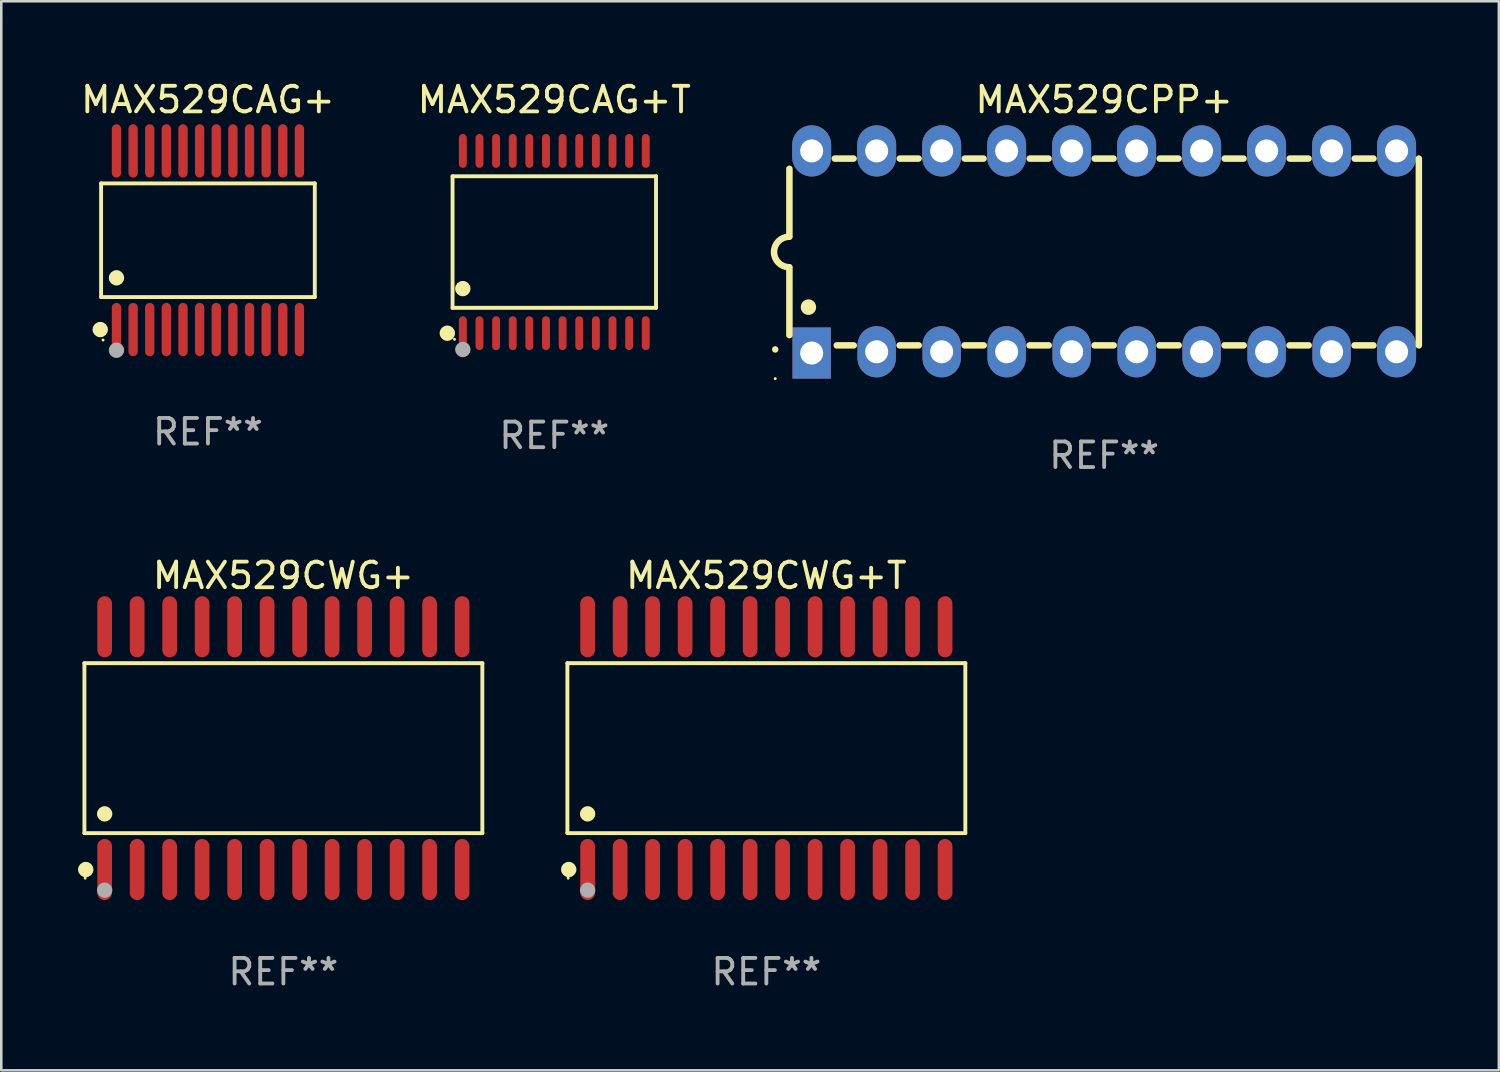
<source format=kicad_pcb>
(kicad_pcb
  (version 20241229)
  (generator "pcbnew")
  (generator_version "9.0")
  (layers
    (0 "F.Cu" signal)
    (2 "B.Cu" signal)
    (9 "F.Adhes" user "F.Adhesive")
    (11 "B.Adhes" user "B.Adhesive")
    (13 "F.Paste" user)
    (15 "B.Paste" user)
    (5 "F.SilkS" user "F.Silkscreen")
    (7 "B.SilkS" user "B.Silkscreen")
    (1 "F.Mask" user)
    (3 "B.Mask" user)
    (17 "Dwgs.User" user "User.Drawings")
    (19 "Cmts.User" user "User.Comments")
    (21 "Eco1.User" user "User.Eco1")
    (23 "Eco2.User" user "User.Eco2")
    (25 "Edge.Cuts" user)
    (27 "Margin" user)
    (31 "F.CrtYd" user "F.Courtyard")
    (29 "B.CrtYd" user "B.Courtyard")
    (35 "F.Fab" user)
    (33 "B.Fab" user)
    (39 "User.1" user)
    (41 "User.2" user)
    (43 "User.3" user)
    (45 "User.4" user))
  (footprint "MAX529CWG+T"
    (layer "F.Cu")
    (at 26.901 26.189)
    (property "Reference" "MAX529CWG+T" (at 0 -6.744 0) (layer "F.SilkS") (effects (font (size 1 1) (thickness 0.15))))
    (attr through_hole)
    (fp_line (start -7.776 -3.321) (end 7.776 -3.321) (stroke (width 0.152) (type solid)) (layer "F.SilkS"))
    (fp_line (start -7.776 3.321) (end -7.776 -3.321) (stroke (width 0.152) (type solid)) (layer "F.SilkS"))
    (fp_line (start 7.776 -3.321) (end 7.776 3.321) (stroke (width 0.152) (type solid)) (layer "F.SilkS"))
    (fp_line (start 7.776 3.321) (end -7.776 3.321) (stroke (width 0.152) (type solid)) (layer "F.SilkS"))
    (fp_circle (center -7.747 5.08) (end -7.717 5.08) (stroke (width 0.06) (type solid)) (fill no) (layer "F.SilkS"))
    (fp_circle (center -7.724 4.744) (end -7.574 4.744) (stroke (width 0.3) (type solid)) (fill no) (layer "F.SilkS"))
    (fp_circle (center -6.985 2.569) (end -6.835 2.569) (stroke (width 0.3) (type solid)) (fill no) (layer "F.SilkS"))
    (fp_circle (center -6.985 5.55) (end -6.835 5.55) (stroke (width 0.3) (type solid)) (fill no) (layer "F.Fab"))
    (fp_text user "REF**" (at 0 8.744 0) (layer "F.Fab") (effects (font (size 1 1) (thickness 0.15))))
    (pad "1" smd oval (at -6.985 4.744) (size 0.574 2.388) (layers "F.Cu" "F.Mask" "F.Paste"))
    (pad "2" smd oval (at -5.715 4.744) (size 0.574 2.388) (layers "F.Cu" "F.Mask" "F.Paste"))
    (pad "3" smd oval (at -4.445 4.744) (size 0.574 2.388) (layers "F.Cu" "F.Mask" "F.Paste"))
    (pad "4" smd oval (at -3.175 4.744) (size 0.574 2.388) (layers "F.Cu" "F.Mask" "F.Paste"))
    (pad "5" smd oval (at -1.905 4.744) (size 0.574 2.388) (layers "F.Cu" "F.Mask" "F.Paste"))
    (pad "6" smd oval (at -0.635 4.744) (size 0.574 2.388) (layers "F.Cu" "F.Mask" "F.Paste"))
    (pad "7" smd oval (at 0.635 4.744) (size 0.574 2.388) (layers "F.Cu" "F.Mask" "F.Paste"))
    (pad "8" smd oval (at 1.905 4.744) (size 0.574 2.388) (layers "F.Cu" "F.Mask" "F.Paste"))
    (pad "9" smd oval (at 3.175 4.744) (size 0.574 2.388) (layers "F.Cu" "F.Mask" "F.Paste"))
    (pad "10" smd oval (at 4.445 4.744) (size 0.574 2.388) (layers "F.Cu" "F.Mask" "F.Paste"))
    (pad "11" smd oval (at 5.715 4.744) (size 0.574 2.388) (layers "F.Cu" "F.Mask" "F.Paste"))
    (pad "12" smd oval (at 6.985 4.744) (size 0.574 2.388) (layers "F.Cu" "F.Mask" "F.Paste"))
    (pad "13" smd oval (at 6.985 -4.744) (size 0.574 2.388) (layers "F.Cu" "F.Mask" "F.Paste"))
    (pad "14" smd oval (at 5.715 -4.744) (size 0.574 2.388) (layers "F.Cu" "F.Mask" "F.Paste"))
    (pad "15" smd oval (at 4.445 -4.744) (size 0.574 2.388) (layers "F.Cu" "F.Mask" "F.Paste"))
    (pad "16" smd oval (at 3.175 -4.744) (size 0.574 2.388) (layers "F.Cu" "F.Mask" "F.Paste"))
    (pad "17" smd oval (at 1.905 -4.744) (size 0.574 2.388) (layers "F.Cu" "F.Mask" "F.Paste"))
    (pad "18" smd oval (at 0.635 -4.744) (size 0.574 2.388) (layers "F.Cu" "F.Mask" "F.Paste"))
    (pad "19" smd oval (at -0.635 -4.744) (size 0.574 2.388) (layers "F.Cu" "F.Mask" "F.Paste"))
    (pad "20" smd oval (at -1.905 -4.744) (size 0.574 2.388) (layers "F.Cu" "F.Mask" "F.Paste"))
    (pad "21" smd oval (at -3.175 -4.744) (size 0.574 2.388) (layers "F.Cu" "F.Mask" "F.Paste"))
    (pad "22" smd oval (at -4.445 -4.744) (size 0.574 2.388) (layers "F.Cu" "F.Mask" "F.Paste"))
    (pad "23" smd oval (at -5.715 -4.744) (size 0.574 2.388) (layers "F.Cu" "F.Mask" "F.Paste"))
    (pad "24" smd oval (at -6.985 -4.744) (size 0.574 2.388) (layers "F.Cu" "F.Mask" "F.Paste")))
  (footprint "MAX529CPP+"
    (layer "F.Cu")
    (at 40.102 6.798)
    (property "Reference" "MAX529CPP+" (at 0 -5.95 0) (layer "F.SilkS") (effects (font (size 1 1) (thickness 0.15))))
    (attr through_hole)
    (fp_line (start -12.3 -0.6) (end -12.3 -3.25) (stroke (width 0.254) (type solid)) (layer "F.SilkS"))
    (fp_line (start -12.3 3.25) (end -12.3 0.6) (stroke (width 0.254) (type solid)) (layer "F.SilkS"))
    (fp_line (start -10.527 -3.65) (end -9.793 -3.65) (stroke (width 0.254) (type solid)) (layer "F.SilkS"))
    (fp_line (start -10.449 3.65) (end -9.786 3.65) (stroke (width 0.254) (type solid)) (layer "F.SilkS"))
    (fp_line (start -7.994 3.65) (end -7.246 3.65) (stroke (width 0.254) (type solid)) (layer "F.SilkS"))
    (fp_line (start -7.987 -3.65) (end -7.253 -3.65) (stroke (width 0.254) (type solid)) (layer "F.SilkS"))
    (fp_line (start -5.454 3.65) (end -4.706 3.65) (stroke (width 0.254) (type solid)) (layer "F.SilkS"))
    (fp_line (start -5.447 -3.65) (end -4.713 -3.65) (stroke (width 0.254) (type solid)) (layer "F.SilkS"))
    (fp_line (start -2.914 3.65) (end -2.166 3.65) (stroke (width 0.254) (type solid)) (layer "F.SilkS"))
    (fp_line (start -2.907 -3.65) (end -2.173 -3.65) (stroke (width 0.254) (type solid)) (layer "F.SilkS"))
    (fp_line (start -0.374 3.65) (end 0.374 3.65) (stroke (width 0.254) (type solid)) (layer "F.SilkS"))
    (fp_line (start -0.367 -3.65) (end 0.367 -3.65) (stroke (width 0.254) (type solid)) (layer "F.SilkS"))
    (fp_line (start 2.166 3.65) (end 2.914 3.65) (stroke (width 0.254) (type solid)) (layer "F.SilkS"))
    (fp_line (start 2.173 -3.65) (end 2.907 -3.65) (stroke (width 0.254) (type solid)) (layer "F.SilkS"))
    (fp_line (start 4.706 3.65) (end 5.454 3.65) (stroke (width 0.254) (type solid)) (layer "F.SilkS"))
    (fp_line (start 4.713 -3.65) (end 5.447 -3.65) (stroke (width 0.254) (type solid)) (layer "F.SilkS"))
    (fp_line (start 7.246 3.65) (end 7.994 3.65) (stroke (width 0.254) (type solid)) (layer "F.SilkS"))
    (fp_line (start 7.253 -3.65) (end 7.987 -3.65) (stroke (width 0.254) (type solid)) (layer "F.SilkS"))
    (fp_line (start 9.786 3.65) (end 10.527 3.65) (stroke (width 0.254) (type solid)) (layer "F.SilkS"))
    (fp_line (start 9.793 -3.65) (end 10.527 -3.65) (stroke (width 0.254) (type solid)) (layer "F.SilkS"))
    (fp_line (start 12.3 -3.65) (end 12.3 3.65) (stroke (width 0.254) (type solid)) (layer "F.SilkS"))
    (fp_arc (start -12.854966 3.809881) (mid -12.854973 3.808611) (end -12.854966 3.807341) (stroke (width 0.25) (type solid)) (layer "F.SilkS"))
    (fp_arc (start -12.313894 0.594742) (mid -12.903982 -0.000152) (end -12.313894 -0.595046) (stroke (width 0.254001) (type solid)) (layer "F.SilkS"))
    (fp_arc (start -11.557023 2.158877) (mid -11.557034 2.156337) (end -11.557023 2.153797) (stroke (width 0.6) (type solid)) (layer "F.SilkS"))
    (fp_circle (center -12.855 4.95) (end -12.825 4.95) (stroke (width 0.06) (type solid)) (fill no) (layer "F.SilkS"))
    (fp_text user "REF**" (at 0 7.95 0) (layer "F.Fab") (effects (font (size 1 1) (thickness 0.15))))
    (pad "1" thru_hole rect (at -11.43 3.95 90) (size 2 1.5) (drill 0.9) (layers "*.Cu" "*.Mask"))
    (pad "2" thru_hole oval (at -8.89 3.9 90) (size 2 1.5) (drill 0.9) (layers "*.Cu" "*.Mask"))
    (pad "3" thru_hole oval (at -6.35 3.9 90) (size 2 1.5) (drill 0.9) (layers "*.Cu" "*.Mask"))
    (pad "4" thru_hole oval (at -3.81 3.9 90) (size 2 1.5) (drill 0.9) (layers "*.Cu" "*.Mask"))
    (pad "5" thru_hole oval (at -1.27 3.9 90) (size 2 1.5) (drill 0.9) (layers "*.Cu" "*.Mask"))
    (pad "6" thru_hole oval (at 1.27 3.9 90) (size 2 1.5) (drill 0.9) (layers "*.Cu" "*.Mask"))
    (pad "7" thru_hole oval (at 3.81 3.9 90) (size 2 1.5) (drill 0.9) (layers "*.Cu" "*.Mask"))
    (pad "8" thru_hole oval (at 6.35 3.9 90) (size 2 1.5) (drill 0.9) (layers "*.Cu" "*.Mask"))
    (pad "9" thru_hole oval (at 8.89 3.9 90) (size 2 1.5) (drill 0.9) (layers "*.Cu" "*.Mask"))
    (pad "10" thru_hole oval (at 11.43 3.9 90) (size 2 1.524) (drill 0.9) (layers "*.Cu" "*.Mask"))
    (pad "11" thru_hole oval (at 11.43 -3.95 90) (size 2 1.524) (drill 0.9) (layers "*.Cu" "*.Mask"))
    (pad "12" thru_hole oval (at 8.89 -3.95 90) (size 2 1.524) (drill 0.9) (layers "*.Cu" "*.Mask"))
    (pad "13" thru_hole oval (at 6.35 -3.95 90) (size 2 1.524) (drill 0.9) (layers "*.Cu" "*.Mask"))
    (pad "14" thru_hole oval (at 3.81 -3.95 90) (size 2 1.524) (drill 0.9) (layers "*.Cu" "*.Mask"))
    (pad "15" thru_hole oval (at 1.27 -3.95 90) (size 2 1.524) (drill 0.9) (layers "*.Cu" "*.Mask"))
    (pad "16" thru_hole oval (at -1.27 -3.95 90) (size 2 1.524) (drill 0.9) (layers "*.Cu" "*.Mask"))
    (pad "17" thru_hole oval (at -3.81 -3.95 90) (size 2 1.524) (drill 0.9) (layers "*.Cu" "*.Mask"))
    (pad "18" thru_hole oval (at -6.35 -3.95 90) (size 2 1.524) (drill 0.9) (layers "*.Cu" "*.Mask"))
    (pad "19" thru_hole oval (at -8.89 -3.95 90) (size 2 1.524) (drill 0.9) (layers "*.Cu" "*.Mask"))
    (pad "20" thru_hole oval (at -11.43 -3.95 90) (size 2 1.524) (drill 0.9) (layers "*.Cu" "*.Mask")))
  (footprint "MAX529CAG+T"
    (layer "F.Cu")
    (at 18.613 6.41)
    (property "Reference" "MAX529CAG+T" (at 0 -5.562 0) (layer "F.SilkS") (effects (font (size 1 1) (thickness 0.15))))
    (attr through_hole)
    (fp_line (start -3.976 -2.571) (end 3.976 -2.571) (stroke (width 0.152) (type solid)) (layer "F.SilkS"))
    (fp_line (start -3.976 2.571) (end -3.976 -2.571) (stroke (width 0.152) (type solid)) (layer "F.SilkS"))
    (fp_line (start 3.976 -2.571) (end 3.976 2.571) (stroke (width 0.152) (type solid)) (layer "F.SilkS"))
    (fp_line (start 3.976 2.571) (end -3.976 2.571) (stroke (width 0.152) (type solid)) (layer "F.SilkS"))
    (fp_circle (center -4.181 3.562) (end -4.031 3.562) (stroke (width 0.3) (type solid)) (fill no) (layer "F.SilkS"))
    (fp_circle (center -3.9 3.8) (end -3.87 3.8) (stroke (width 0.06) (type solid)) (fill no) (layer "F.SilkS"))
    (fp_circle (center -3.575 1.819) (end -3.425 1.819) (stroke (width 0.3) (type solid)) (fill no) (layer "F.SilkS"))
    (fp_circle (center -3.575 4.2) (end -3.425 4.2) (stroke (width 0.3) (type solid)) (fill no) (layer "F.Fab"))
    (fp_text user "REF**" (at 0 7.562 0) (layer "F.Fab") (effects (font (size 1 1) (thickness 0.15))))
    (pad "1" smd oval (at -3.575 3.562) (size 0.308 1.324) (layers "F.Cu" "F.Mask" "F.Paste"))
    (pad "2" smd oval (at -2.925 3.562) (size 0.308 1.324) (layers "F.Cu" "F.Mask" "F.Paste"))
    (pad "3" smd oval (at -2.275 3.562) (size 0.308 1.324) (layers "F.Cu" "F.Mask" "F.Paste"))
    (pad "4" smd oval (at -1.625 3.562) (size 0.308 1.324) (layers "F.Cu" "F.Mask" "F.Paste"))
    (pad "5" smd oval (at -0.975 3.562) (size 0.308 1.324) (layers "F.Cu" "F.Mask" "F.Paste"))
    (pad "6" smd oval (at -0.325 3.562) (size 0.308 1.324) (layers "F.Cu" "F.Mask" "F.Paste"))
    (pad "7" smd oval (at 0.325 3.562) (size 0.308 1.324) (layers "F.Cu" "F.Mask" "F.Paste"))
    (pad "8" smd oval (at 0.975 3.562) (size 0.308 1.324) (layers "F.Cu" "F.Mask" "F.Paste"))
    (pad "9" smd oval (at 1.625 3.562) (size 0.308 1.324) (layers "F.Cu" "F.Mask" "F.Paste"))
    (pad "10" smd oval (at 2.275 3.562) (size 0.308 1.324) (layers "F.Cu" "F.Mask" "F.Paste"))
    (pad "11" smd oval (at 2.925 3.562) (size 0.308 1.324) (layers "F.Cu" "F.Mask" "F.Paste"))
    (pad "12" smd oval (at 3.575 3.562) (size 0.308 1.324) (layers "F.Cu" "F.Mask" "F.Paste"))
    (pad "13" smd oval (at 3.575 -3.562) (size 0.308 1.324) (layers "F.Cu" "F.Mask" "F.Paste"))
    (pad "14" smd oval (at 2.925 -3.562) (size 0.308 1.324) (layers "F.Cu" "F.Mask" "F.Paste"))
    (pad "15" smd oval (at 2.275 -3.562) (size 0.308 1.324) (layers "F.Cu" "F.Mask" "F.Paste"))
    (pad "16" smd oval (at 1.625 -3.562) (size 0.308 1.324) (layers "F.Cu" "F.Mask" "F.Paste"))
    (pad "17" smd oval (at 0.975 -3.562) (size 0.308 1.324) (layers "F.Cu" "F.Mask" "F.Paste"))
    (pad "18" smd oval (at 0.325 -3.562) (size 0.308 1.324) (layers "F.Cu" "F.Mask" "F.Paste"))
    (pad "19" smd oval (at -0.325 -3.562) (size 0.308 1.324) (layers "F.Cu" "F.Mask" "F.Paste"))
    (pad "20" smd oval (at -0.975 -3.562) (size 0.308 1.324) (layers "F.Cu" "F.Mask" "F.Paste"))
    (pad "21" smd oval (at -1.625 -3.562) (size 0.308 1.324) (layers "F.Cu" "F.Mask" "F.Paste"))
    (pad "22" smd oval (at -2.275 -3.562) (size 0.308 1.324) (layers "F.Cu" "F.Mask" "F.Paste"))
    (pad "23" smd oval (at -2.925 -3.562) (size 0.308 1.324) (layers "F.Cu" "F.Mask" "F.Paste"))
    (pad "24" smd oval (at -3.575 -3.562) (size 0.308 1.324) (layers "F.Cu" "F.Mask" "F.Paste")))
  (footprint "MAX529CWG+"
    (layer "F.Cu")
    (at 8.025 26.189)
    (property "Reference" "MAX529CWG+" (at 0 -6.744 0) (layer "F.SilkS") (effects (font (size 1 1) (thickness 0.15))))
    (attr through_hole)
    (fp_line (start -7.776 -3.321) (end 7.776 -3.321) (stroke (width 0.152) (type solid)) (layer "F.SilkS"))
    (fp_line (start -7.776 3.321) (end -7.776 -3.321) (stroke (width 0.152) (type solid)) (layer "F.SilkS"))
    (fp_line (start 7.776 -3.321) (end 7.776 3.321) (stroke (width 0.152) (type solid)) (layer "F.SilkS"))
    (fp_line (start 7.776 3.321) (end -7.776 3.321) (stroke (width 0.152) (type solid)) (layer "F.SilkS"))
    (fp_circle (center -7.747 5.08) (end -7.717 5.08) (stroke (width 0.06) (type solid)) (fill no) (layer "F.SilkS"))
    (fp_circle (center -7.724 4.744) (end -7.574 4.744) (stroke (width 0.3) (type solid)) (fill no) (layer "F.SilkS"))
    (fp_circle (center -6.985 2.569) (end -6.835 2.569) (stroke (width 0.3) (type solid)) (fill no) (layer "F.SilkS"))
    (fp_circle (center -6.985 5.55) (end -6.835 5.55) (stroke (width 0.3) (type solid)) (fill no) (layer "F.Fab"))
    (fp_text user "REF**" (at 0 8.744 0) (layer "F.Fab") (effects (font (size 1 1) (thickness 0.15))))
    (pad "1" smd oval (at -6.985 4.744) (size 0.574 2.388) (layers "F.Cu" "F.Mask" "F.Paste"))
    (pad "2" smd oval (at -5.715 4.744) (size 0.574 2.388) (layers "F.Cu" "F.Mask" "F.Paste"))
    (pad "3" smd oval (at -4.445 4.744) (size 0.574 2.388) (layers "F.Cu" "F.Mask" "F.Paste"))
    (pad "4" smd oval (at -3.175 4.744) (size 0.574 2.388) (layers "F.Cu" "F.Mask" "F.Paste"))
    (pad "5" smd oval (at -1.905 4.744) (size 0.574 2.388) (layers "F.Cu" "F.Mask" "F.Paste"))
    (pad "6" smd oval (at -0.635 4.744) (size 0.574 2.388) (layers "F.Cu" "F.Mask" "F.Paste"))
    (pad "7" smd oval (at 0.635 4.744) (size 0.574 2.388) (layers "F.Cu" "F.Mask" "F.Paste"))
    (pad "8" smd oval (at 1.905 4.744) (size 0.574 2.388) (layers "F.Cu" "F.Mask" "F.Paste"))
    (pad "9" smd oval (at 3.175 4.744) (size 0.574 2.388) (layers "F.Cu" "F.Mask" "F.Paste"))
    (pad "10" smd oval (at 4.445 4.744) (size 0.574 2.388) (layers "F.Cu" "F.Mask" "F.Paste"))
    (pad "11" smd oval (at 5.715 4.744) (size 0.574 2.388) (layers "F.Cu" "F.Mask" "F.Paste"))
    (pad "12" smd oval (at 6.985 4.744) (size 0.574 2.388) (layers "F.Cu" "F.Mask" "F.Paste"))
    (pad "13" smd oval (at 6.985 -4.744) (size 0.574 2.388) (layers "F.Cu" "F.Mask" "F.Paste"))
    (pad "14" smd oval (at 5.715 -4.744) (size 0.574 2.388) (layers "F.Cu" "F.Mask" "F.Paste"))
    (pad "15" smd oval (at 4.445 -4.744) (size 0.574 2.388) (layers "F.Cu" "F.Mask" "F.Paste"))
    (pad "16" smd oval (at 3.175 -4.744) (size 0.574 2.388) (layers "F.Cu" "F.Mask" "F.Paste"))
    (pad "17" smd oval (at 1.905 -4.744) (size 0.574 2.388) (layers "F.Cu" "F.Mask" "F.Paste"))
    (pad "18" smd oval (at 0.635 -4.744) (size 0.574 2.388) (layers "F.Cu" "F.Mask" "F.Paste"))
    (pad "19" smd oval (at -0.635 -4.744) (size 0.574 2.388) (layers "F.Cu" "F.Mask" "F.Paste"))
    (pad "20" smd oval (at -1.905 -4.744) (size 0.574 2.388) (layers "F.Cu" "F.Mask" "F.Paste"))
    (pad "21" smd oval (at -3.175 -4.744) (size 0.574 2.388) (layers "F.Cu" "F.Mask" "F.Paste"))
    (pad "22" smd oval (at -4.445 -4.744) (size 0.574 2.388) (layers "F.Cu" "F.Mask" "F.Paste"))
    (pad "23" smd oval (at -5.715 -4.744) (size 0.574 2.388) (layers "F.Cu" "F.Mask" "F.Paste"))
    (pad "24" smd oval (at -6.985 -4.744) (size 0.574 2.388) (layers "F.Cu" "F.Mask" "F.Paste")))
  (footprint "MAX529CAG+"
    (layer "F.Cu")
    (at 5.077 6.339)
    (property "Reference" "MAX529CAG+" (at 0 -5.491 0) (layer "F.SilkS") (effects (font (size 1 1) (thickness 0.15))))
    (attr through_hole)
    (fp_line (start -4.176 -2.221) (end 4.176 -2.221) (stroke (width 0.152) (type solid)) (layer "F.SilkS"))
    (fp_line (start -4.176 2.221) (end -4.176 -2.221) (stroke (width 0.152) (type solid)) (layer "F.SilkS"))
    (fp_line (start 4.176 -2.221) (end 4.176 2.221) (stroke (width 0.152) (type solid)) (layer "F.SilkS"))
    (fp_line (start 4.176 2.221) (end -4.176 2.221) (stroke (width 0.152) (type solid)) (layer "F.SilkS"))
    (fp_circle (center -4.209 3.491) (end -4.059 3.491) (stroke (width 0.3) (type solid)) (fill no) (layer "F.SilkS"))
    (fp_circle (center -4.1 3.9) (end -4.07 3.9) (stroke (width 0.06) (type solid)) (fill no) (layer "F.SilkS"))
    (fp_circle (center -3.575 1.469) (end -3.425 1.469) (stroke (width 0.3) (type solid)) (fill no) (layer "F.SilkS"))
    (fp_circle (center -3.575 4.3) (end -3.425 4.3) (stroke (width 0.3) (type solid)) (fill no) (layer "F.Fab"))
    (fp_text user "REF**" (at 0 7.491 0) (layer "F.Fab") (effects (font (size 1 1) (thickness 0.15))))
    (pad "1" smd oval (at -3.575 3.491) (size 0.364 2.082) (layers "F.Cu" "F.Mask" "F.Paste"))
    (pad "2" smd oval (at -2.925 3.491) (size 0.364 2.082) (layers "F.Cu" "F.Mask" "F.Paste"))
    (pad "3" smd oval (at -2.275 3.491) (size 0.364 2.082) (layers "F.Cu" "F.Mask" "F.Paste"))
    (pad "4" smd oval (at -1.625 3.491) (size 0.364 2.082) (layers "F.Cu" "F.Mask" "F.Paste"))
    (pad "5" smd oval (at -0.975 3.491) (size 0.364 2.082) (layers "F.Cu" "F.Mask" "F.Paste"))
    (pad "6" smd oval (at -0.325 3.491) (size 0.364 2.082) (layers "F.Cu" "F.Mask" "F.Paste"))
    (pad "7" smd oval (at 0.325 3.491) (size 0.364 2.082) (layers "F.Cu" "F.Mask" "F.Paste"))
    (pad "8" smd oval (at 0.975 3.491) (size 0.364 2.082) (layers "F.Cu" "F.Mask" "F.Paste"))
    (pad "9" smd oval (at 1.625 3.491) (size 0.364 2.082) (layers "F.Cu" "F.Mask" "F.Paste"))
    (pad "10" smd oval (at 2.275 3.491) (size 0.364 2.082) (layers "F.Cu" "F.Mask" "F.Paste"))
    (pad "11" smd oval (at 2.925 3.491) (size 0.364 2.082) (layers "F.Cu" "F.Mask" "F.Paste"))
    (pad "12" smd oval (at 3.575 3.491) (size 0.364 2.082) (layers "F.Cu" "F.Mask" "F.Paste"))
    (pad "13" smd oval (at 3.575 -3.491) (size 0.364 2.082) (layers "F.Cu" "F.Mask" "F.Paste"))
    (pad "14" smd oval (at 2.925 -3.491) (size 0.364 2.082) (layers "F.Cu" "F.Mask" "F.Paste"))
    (pad "15" smd oval (at 2.275 -3.491) (size 0.364 2.082) (layers "F.Cu" "F.Mask" "F.Paste"))
    (pad "16" smd oval (at 1.625 -3.491) (size 0.364 2.082) (layers "F.Cu" "F.Mask" "F.Paste"))
    (pad "17" smd oval (at 0.975 -3.491) (size 0.364 2.082) (layers "F.Cu" "F.Mask" "F.Paste"))
    (pad "18" smd oval (at 0.325 -3.491) (size 0.364 2.082) (layers "F.Cu" "F.Mask" "F.Paste"))
    (pad "19" smd oval (at -0.325 -3.491) (size 0.364 2.082) (layers "F.Cu" "F.Mask" "F.Paste"))
    (pad "20" smd oval (at -0.975 -3.491) (size 0.364 2.082) (layers "F.Cu" "F.Mask" "F.Paste"))
    (pad "21" smd oval (at -1.625 -3.491) (size 0.364 2.082) (layers "F.Cu" "F.Mask" "F.Paste"))
    (pad "22" smd oval (at -2.275 -3.491) (size 0.364 2.082) (layers "F.Cu" "F.Mask" "F.Paste"))
    (pad "23" smd oval (at -2.925 -3.491) (size 0.364 2.082) (layers "F.Cu" "F.Mask" "F.Paste"))
    (pad "24" smd oval (at -3.575 -3.491) (size 0.364 2.082) (layers "F.Cu" "F.Mask" "F.Paste")))
  (gr_rect
    (start -3 -3)
    (end 55.529 38.781)
    (stroke (width 0.1) (type default))
    (fill no)
    (layer "Edge.Cuts")))
</source>
